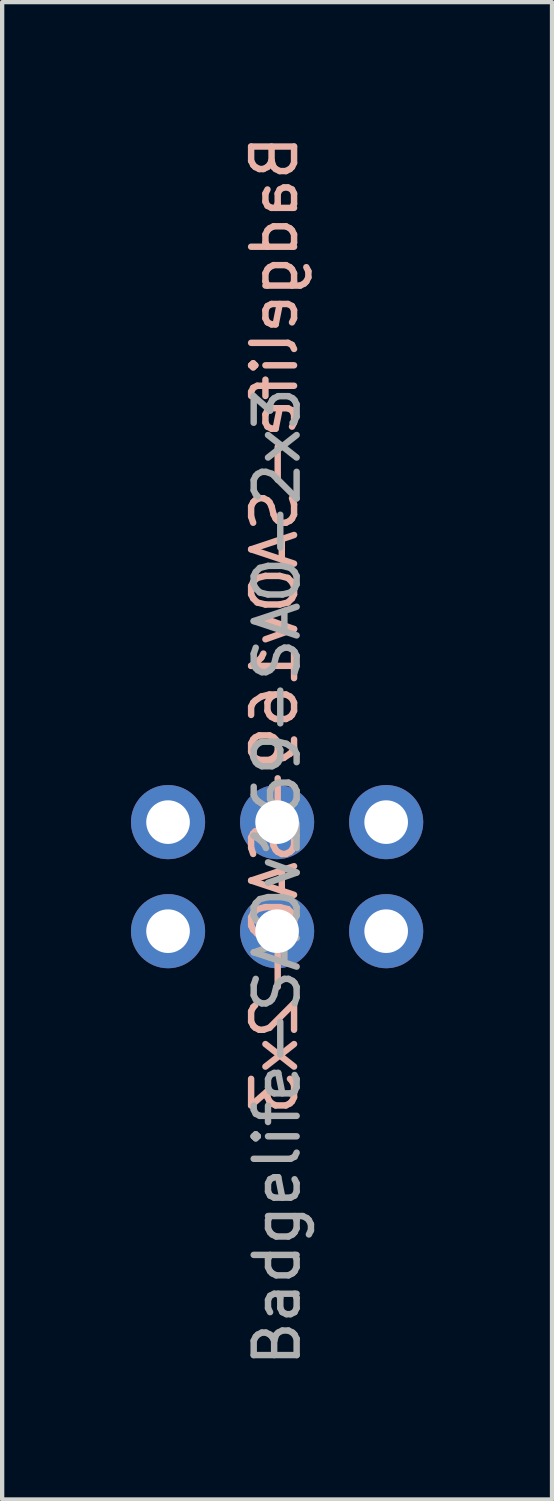
<source format=kicad_pcb>
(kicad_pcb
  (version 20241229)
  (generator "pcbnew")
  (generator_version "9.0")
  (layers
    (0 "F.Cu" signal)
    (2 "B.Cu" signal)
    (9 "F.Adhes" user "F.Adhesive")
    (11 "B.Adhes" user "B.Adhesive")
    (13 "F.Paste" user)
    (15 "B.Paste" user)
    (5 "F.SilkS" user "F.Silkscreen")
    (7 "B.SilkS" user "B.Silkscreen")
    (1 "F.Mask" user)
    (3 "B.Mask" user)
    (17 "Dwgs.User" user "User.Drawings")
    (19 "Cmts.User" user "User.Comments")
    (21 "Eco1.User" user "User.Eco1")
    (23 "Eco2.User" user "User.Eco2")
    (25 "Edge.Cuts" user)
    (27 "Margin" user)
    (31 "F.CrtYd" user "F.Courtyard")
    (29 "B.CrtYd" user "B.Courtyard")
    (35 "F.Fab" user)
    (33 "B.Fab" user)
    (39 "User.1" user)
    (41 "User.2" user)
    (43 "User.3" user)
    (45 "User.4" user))
  (footprint "Badgelife-SAOv169-SAO-2x3"
    (layer "F.Cu")
    (at 3.344 17.348)
    (property "Reference" "Badgelife-SAOv169-SAO-2x3" (at 0 -5.842 90) (layer "B.SilkS") (effects (font (size 1 1) (thickness 0.15)) (justify mirror)))
    (attr through_hole)
    (fp_text user "${REFERENCE}" (at 0.06 0.02 270) (layer "F.Fab") (effects (font (size 1 1) (thickness 0.15))))
    (pad "1" thru_hole oval (at -2.48 -1.25 270) (size 1.727 1.727) (drill 1.016) (layers "*.Cu" "*.Mask"))
    (pad "2" thru_hole circle (at -2.48 1.29 270) (size 1.727 1.727) (drill 1.016) (layers "*.Cu" "*.Mask"))
    (pad "3" thru_hole oval (at 0.06 -1.25 270) (size 1.727 1.727) (drill 1.016) (layers "*.Cu" "*.Mask"))
    (pad "4" thru_hole oval (at 0.06 1.29 270) (size 1.727 1.727) (drill 1.016) (layers "*.Cu" "*.Mask"))
    (pad "5" thru_hole circle (at 2.6 -1.25 270) (size 1.727 1.727) (drill 1.016) (layers "*.Cu" "*.Mask"))
    (pad "6" thru_hole circle (at 2.6 1.29 270) (size 1.727 1.727) (drill 1.016) (layers "*.Cu" "*.Mask")))
  (gr_rect
    (start -3 -3)
    (end 9.807 31.874)
    (stroke (width 0.1) (type default))
    (fill no)
    (layer "Edge.Cuts")))
</source>
